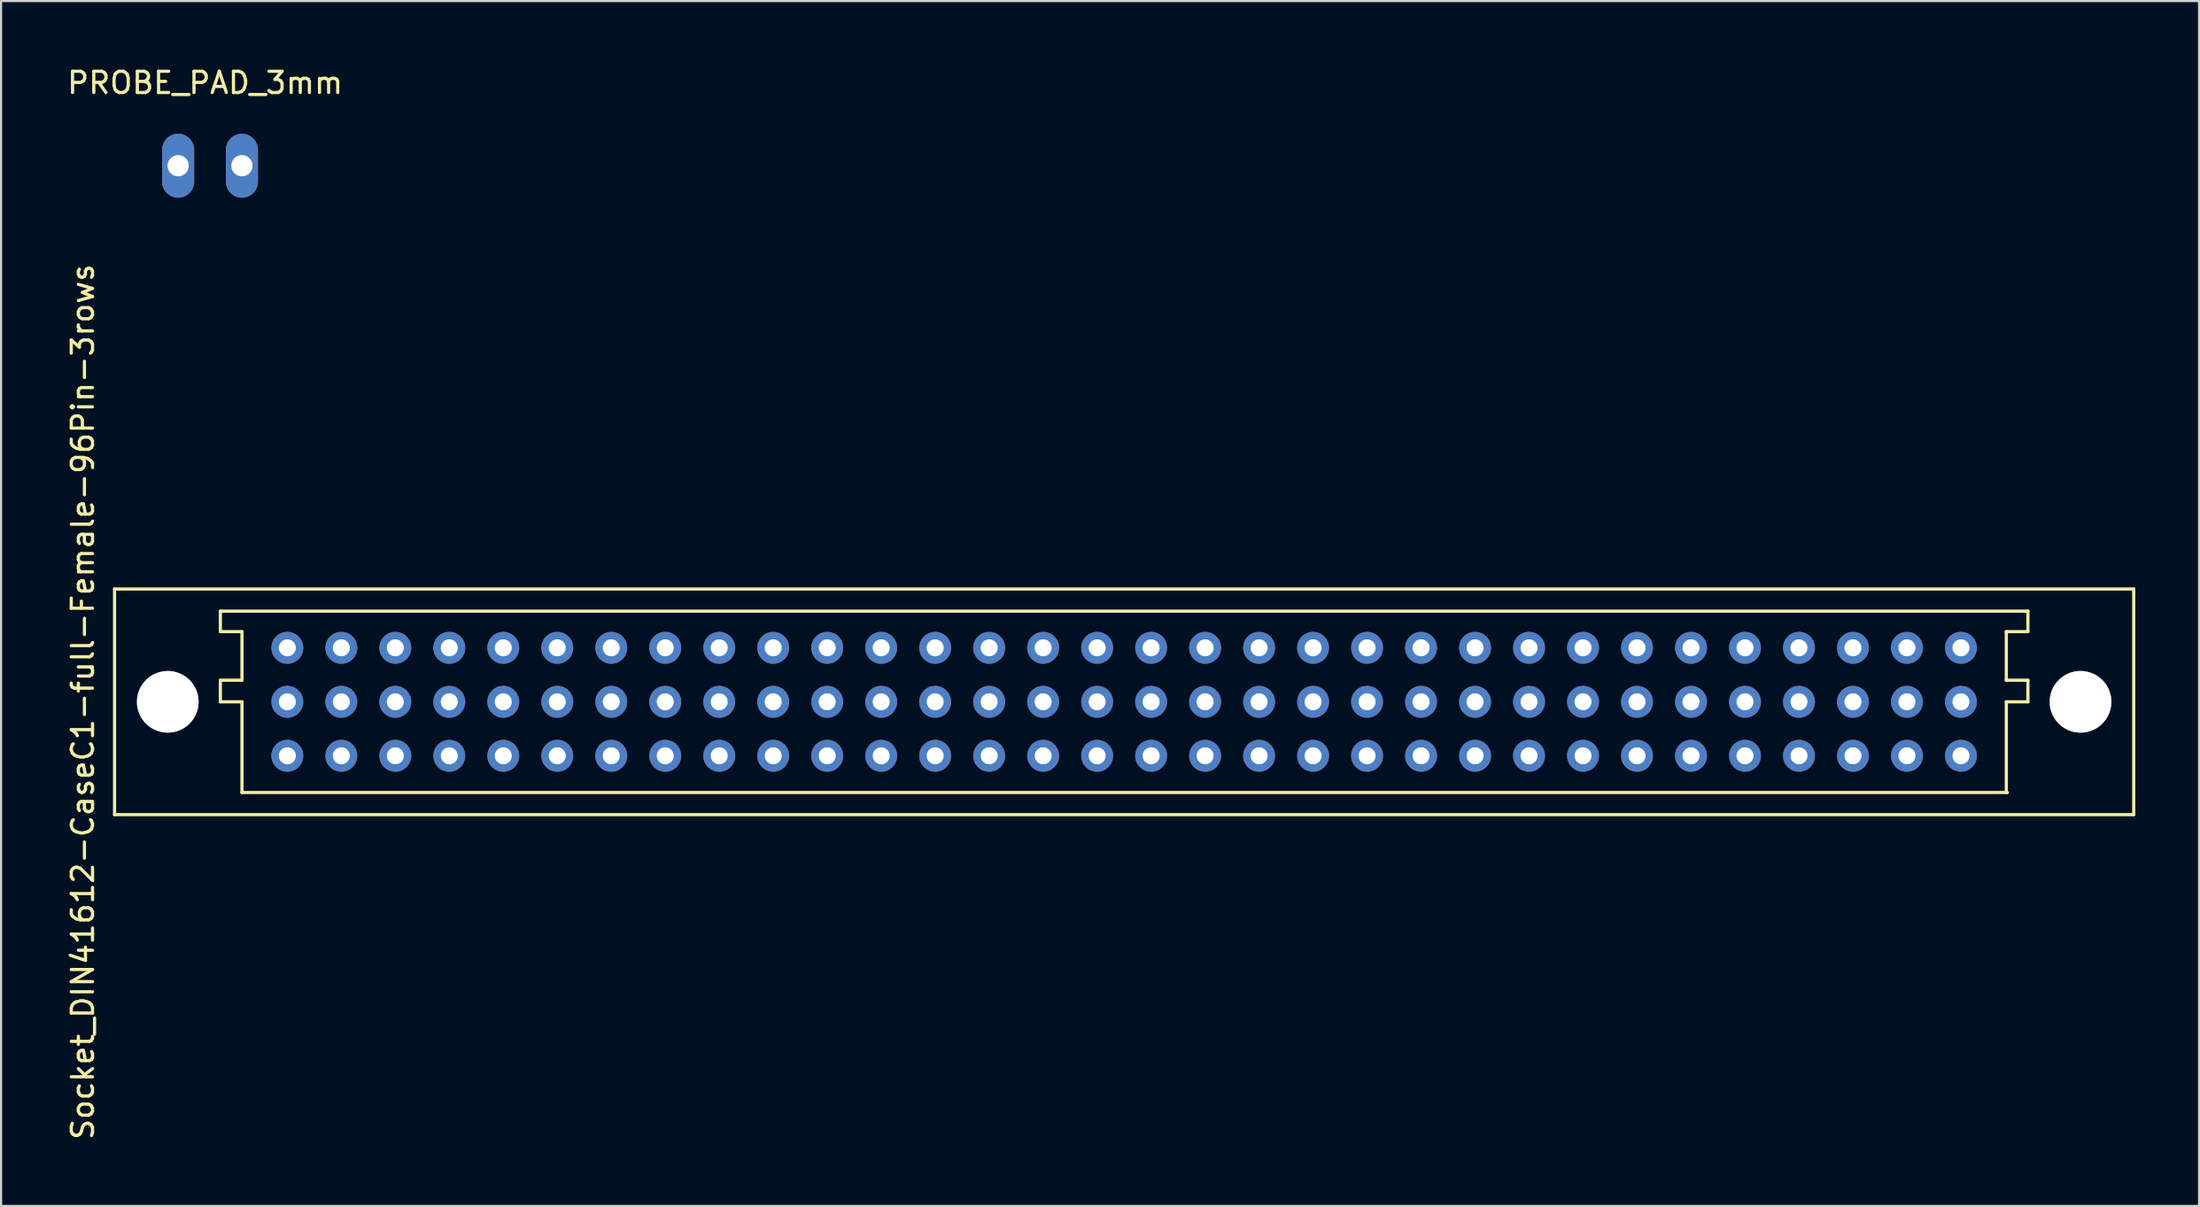
<source format=kicad_pcb>
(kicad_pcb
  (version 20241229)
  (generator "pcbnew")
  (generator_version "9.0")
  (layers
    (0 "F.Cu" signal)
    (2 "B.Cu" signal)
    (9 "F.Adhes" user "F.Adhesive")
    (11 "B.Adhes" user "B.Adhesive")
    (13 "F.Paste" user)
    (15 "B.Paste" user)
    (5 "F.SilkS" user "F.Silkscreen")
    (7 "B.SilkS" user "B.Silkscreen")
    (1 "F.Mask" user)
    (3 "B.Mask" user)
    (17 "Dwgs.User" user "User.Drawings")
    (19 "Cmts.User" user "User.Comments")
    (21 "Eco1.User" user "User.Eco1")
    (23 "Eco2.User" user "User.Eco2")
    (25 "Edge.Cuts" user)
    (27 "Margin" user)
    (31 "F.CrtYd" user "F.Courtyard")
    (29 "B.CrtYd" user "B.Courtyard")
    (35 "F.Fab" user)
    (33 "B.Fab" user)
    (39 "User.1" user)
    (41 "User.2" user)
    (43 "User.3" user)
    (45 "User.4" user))
  (footprint "Socket_DIN41612-CaseC1-full-Female-96Pin-3rows"
    (layer "F.Cu")
    (at 49.838 29.973)
    (property "Reference" "Socket_DIN41612-CaseC1-full-Female-96Pin-3rows" (at -48.99 0 90) (layer "F.SilkS") (effects (font (size 1 1) (thickness 0.15))))
    (attr through_hole)
    (fp_line (start -47.498 -5.309) (end -47.498 5.309) (stroke (width 0.15) (type solid)) (layer "F.SilkS"))
    (fp_line (start -47.498 5.309) (end 47.498 5.309) (stroke (width 0.15) (type solid)) (layer "F.SilkS"))
    (fp_line (start -42.52 -3.302) (end -42.52 -4.267) (stroke (width 0.15) (type solid)) (layer "F.SilkS"))
    (fp_line (start -42.52 -1.016) (end -41.504 -1.016) (stroke (width 0.15) (type solid)) (layer "F.SilkS"))
    (fp_line (start -42.52 0) (end -42.52 -1.016) (stroke (width 0.15) (type solid)) (layer "F.SilkS"))
    (fp_line (start -41.504 -3.302) (end -42.52 -3.302) (stroke (width 0.15) (type solid)) (layer "F.SilkS"))
    (fp_line (start -41.504 -1.016) (end -41.504 -3.302) (stroke (width 0.15) (type solid)) (layer "F.SilkS"))
    (fp_line (start -41.504 0) (end -42.52 0) (stroke (width 0.15) (type solid)) (layer "F.SilkS"))
    (fp_line (start -41.504 4.267) (end -41.504 0) (stroke (width 0.15) (type solid)) (layer "F.SilkS"))
    (fp_line (start -41.504 4.267) (end 41.554 4.267) (stroke (width 0.15) (type solid)) (layer "F.SilkS"))
    (fp_line (start 41.504 -3.302) (end 42.52 -3.302) (stroke (width 0.15) (type solid)) (layer "F.SilkS"))
    (fp_line (start 41.504 -1.016) (end 41.504 -3.302) (stroke (width 0.15) (type solid)) (layer "F.SilkS"))
    (fp_line (start 41.504 0) (end 42.52 0) (stroke (width 0.15) (type solid)) (layer "F.SilkS"))
    (fp_line (start 41.504 4.267) (end 41.504 0) (stroke (width 0.15) (type solid)) (layer "F.SilkS"))
    (fp_line (start 42.52 -4.267) (end -42.52 -4.267) (stroke (width 0.15) (type solid)) (layer "F.SilkS"))
    (fp_line (start 42.52 -3.302) (end 42.52 -4.267) (stroke (width 0.15) (type solid)) (layer "F.SilkS"))
    (fp_line (start 42.52 -1.016) (end 41.504 -1.016) (stroke (width 0.15) (type solid)) (layer "F.SilkS"))
    (fp_line (start 42.52 0) (end 42.52 -1.016) (stroke (width 0.15) (type solid)) (layer "F.SilkS"))
    (fp_line (start 47.498 -5.309) (end -47.498 -5.309) (stroke (width 0.15) (type solid)) (layer "F.SilkS"))
    (fp_line (start 47.498 5.309) (end 47.498 -5.309) (stroke (width 0.15) (type solid)) (layer "F.SilkS"))
    (pad "1" thru_hole circle (at -44.996 0) (size 2.901 2.901) (drill 2.901) (layers "*.Cu" "*.Mask"))
    (pad "1" thru_hole circle (at 44.996 0) (size 2.901 2.901) (drill 2.901) (layers "*.Cu" "*.Mask"))
    (pad "1a" thru_hole circle (at 39.37 -2.54 180) (size 1.501 1.501) (drill 0.8) (layers "*.Cu" "*.Mask"))
    (pad "1b" thru_hole circle (at 39.37 0 180) (size 1.501 1.501) (drill 0.8) (layers "*.Cu" "*.Mask"))
    (pad "1c" thru_hole circle (at 39.37 2.54 180) (size 1.501 1.501) (drill 0.8) (layers "*.Cu" "*.Mask"))
    (pad "2a" thru_hole circle (at 36.83 -2.54 180) (size 1.501 1.501) (drill 0.8) (layers "*.Cu" "*.Mask"))
    (pad "2b" thru_hole circle (at 36.83 0 180) (size 1.501 1.501) (drill 0.8) (layers "*.Cu" "*.Mask"))
    (pad "2c" thru_hole circle (at 36.83 2.54 180) (size 1.501 1.501) (drill 0.8) (layers "*.Cu" "*.Mask"))
    (pad "3a" thru_hole circle (at 34.29 -2.54 180) (size 1.501 1.501) (drill 0.8) (layers "*.Cu" "*.Mask"))
    (pad "3b" thru_hole circle (at 34.29 0 180) (size 1.501 1.501) (drill 0.8) (layers "*.Cu" "*.Mask"))
    (pad "3c" thru_hole circle (at 34.29 2.54 180) (size 1.501 1.501) (drill 0.8) (layers "*.Cu" "*.Mask"))
    (pad "4a" thru_hole circle (at 31.75 -2.54 180) (size 1.501 1.501) (drill 0.8) (layers "*.Cu" "*.Mask"))
    (pad "4b" thru_hole circle (at 31.75 0 180) (size 1.501 1.501) (drill 0.8) (layers "*.Cu" "*.Mask"))
    (pad "4c" thru_hole circle (at 31.75 2.54 180) (size 1.501 1.501) (drill 0.8) (layers "*.Cu" "*.Mask"))
    (pad "5a" thru_hole circle (at 29.21 -2.54 180) (size 1.501 1.501) (drill 0.8) (layers "*.Cu" "*.Mask"))
    (pad "5b" thru_hole circle (at 29.21 0 180) (size 1.501 1.501) (drill 0.8) (layers "*.Cu" "*.Mask"))
    (pad "5c" thru_hole circle (at 29.21 2.54 180) (size 1.501 1.501) (drill 0.8) (layers "*.Cu" "*.Mask"))
    (pad "6a" thru_hole circle (at 26.67 -2.54 180) (size 1.501 1.501) (drill 0.8) (layers "*.Cu" "*.Mask"))
    (pad "6b" thru_hole circle (at 26.67 0 180) (size 1.501 1.501) (drill 0.8) (layers "*.Cu" "*.Mask"))
    (pad "6c" thru_hole circle (at 26.67 2.54 180) (size 1.501 1.501) (drill 0.8) (layers "*.Cu" "*.Mask"))
    (pad "7a" thru_hole circle (at 24.13 -2.54 180) (size 1.501 1.501) (drill 0.8) (layers "*.Cu" "*.Mask"))
    (pad "7b" thru_hole circle (at 24.13 0 180) (size 1.501 1.501) (drill 0.8) (layers "*.Cu" "*.Mask"))
    (pad "7c" thru_hole circle (at 24.13 2.54 180) (size 1.501 1.501) (drill 0.8) (layers "*.Cu" "*.Mask"))
    (pad "8a" thru_hole circle (at 21.59 -2.54 180) (size 1.501 1.501) (drill 0.8) (layers "*.Cu" "*.Mask"))
    (pad "8b" thru_hole circle (at 21.59 0 180) (size 1.501 1.501) (drill 0.8) (layers "*.Cu" "*.Mask"))
    (pad "8c" thru_hole circle (at 21.59 2.54 180) (size 1.501 1.501) (drill 0.8) (layers "*.Cu" "*.Mask"))
    (pad "9a" thru_hole circle (at 19.05 -2.54 180) (size 1.501 1.501) (drill 0.8) (layers "*.Cu" "*.Mask"))
    (pad "9b" thru_hole circle (at 19.05 0 180) (size 1.501 1.501) (drill 0.8) (layers "*.Cu" "*.Mask"))
    (pad "9c" thru_hole circle (at 19.05 2.54 180) (size 1.501 1.501) (drill 0.8) (layers "*.Cu" "*.Mask"))
    (pad "10a" thru_hole circle (at 16.51 -2.54 180) (size 1.501 1.501) (drill 0.8) (layers "*.Cu" "*.Mask"))
    (pad "10b" thru_hole circle (at 16.51 0 180) (size 1.501 1.501) (drill 0.8) (layers "*.Cu" "*.Mask"))
    (pad "10c" thru_hole circle (at 16.51 2.54 180) (size 1.501 1.501) (drill 0.8) (layers "*.Cu" "*.Mask"))
    (pad "11a" thru_hole circle (at 13.97 -2.54 180) (size 1.501 1.501) (drill 0.8) (layers "*.Cu" "*.Mask"))
    (pad "11b" thru_hole circle (at 13.97 0 180) (size 1.501 1.501) (drill 0.8) (layers "*.Cu" "*.Mask"))
    (pad "11c" thru_hole circle (at 13.97 2.54 180) (size 1.501 1.501) (drill 0.8) (layers "*.Cu" "*.Mask"))
    (pad "12a" thru_hole circle (at 11.43 -2.54 180) (size 1.501 1.501) (drill 0.8) (layers "*.Cu" "*.Mask"))
    (pad "12b" thru_hole circle (at 11.43 0 180) (size 1.501 1.501) (drill 0.8) (layers "*.Cu" "*.Mask"))
    (pad "12c" thru_hole circle (at 11.43 2.54 180) (size 1.501 1.501) (drill 0.8) (layers "*.Cu" "*.Mask"))
    (pad "13a" thru_hole circle (at 8.89 -2.54 180) (size 1.501 1.501) (drill 0.8) (layers "*.Cu" "*.Mask"))
    (pad "13b" thru_hole circle (at 8.89 0 180) (size 1.501 1.501) (drill 0.8) (layers "*.Cu" "*.Mask"))
    (pad "13c" thru_hole circle (at 8.89 2.54 180) (size 1.501 1.501) (drill 0.8) (layers "*.Cu" "*.Mask"))
    (pad "14a" thru_hole circle (at 6.35 -2.54 180) (size 1.501 1.501) (drill 0.8) (layers "*.Cu" "*.Mask"))
    (pad "14b" thru_hole circle (at 6.35 0 180) (size 1.501 1.501) (drill 0.8) (layers "*.Cu" "*.Mask"))
    (pad "14c" thru_hole circle (at 6.35 2.54 180) (size 1.501 1.501) (drill 0.8) (layers "*.Cu" "*.Mask"))
    (pad "15a" thru_hole circle (at 3.81 -2.54 180) (size 1.501 1.501) (drill 0.8) (layers "*.Cu" "*.Mask"))
    (pad "15b" thru_hole circle (at 3.81 0 180) (size 1.501 1.501) (drill 0.8) (layers "*.Cu" "*.Mask"))
    (pad "15c" thru_hole circle (at 3.81 2.54 180) (size 1.501 1.501) (drill 0.8) (layers "*.Cu" "*.Mask"))
    (pad "16a" thru_hole circle (at 1.27 -2.54 180) (size 1.501 1.501) (drill 0.8) (layers "*.Cu" "*.Mask"))
    (pad "16b" thru_hole circle (at 1.27 0 180) (size 1.501 1.501) (drill 0.8) (layers "*.Cu" "*.Mask"))
    (pad "16c" thru_hole circle (at 1.27 2.54 180) (size 1.501 1.501) (drill 0.8) (layers "*.Cu" "*.Mask"))
    (pad "17a" thru_hole circle (at -1.27 -2.54 180) (size 1.501 1.501) (drill 0.8) (layers "*.Cu" "*.Mask"))
    (pad "17b" thru_hole circle (at -1.27 0 180) (size 1.501 1.501) (drill 0.8) (layers "*.Cu" "*.Mask"))
    (pad "17c" thru_hole circle (at -1.27 2.54 180) (size 1.501 1.501) (drill 0.8) (layers "*.Cu" "*.Mask"))
    (pad "18a" thru_hole circle (at -3.81 -2.54 180) (size 1.501 1.501) (drill 0.8) (layers "*.Cu" "*.Mask"))
    (pad "18b" thru_hole circle (at -3.81 0 180) (size 1.501 1.501) (drill 0.8) (layers "*.Cu" "*.Mask"))
    (pad "18c" thru_hole circle (at -3.81 2.54 180) (size 1.501 1.501) (drill 0.8) (layers "*.Cu" "*.Mask"))
    (pad "19a" thru_hole circle (at -6.35 -2.54 180) (size 1.501 1.501) (drill 0.8) (layers "*.Cu" "*.Mask"))
    (pad "19b" thru_hole circle (at -6.35 0 180) (size 1.501 1.501) (drill 0.8) (layers "*.Cu" "*.Mask"))
    (pad "19c" thru_hole circle (at -6.35 2.54 180) (size 1.501 1.501) (drill 0.8) (layers "*.Cu" "*.Mask"))
    (pad "20a" thru_hole circle (at -8.89 -2.54 180) (size 1.501 1.501) (drill 0.8) (layers "*.Cu" "*.Mask"))
    (pad "20b" thru_hole circle (at -8.89 0 180) (size 1.501 1.501) (drill 0.8) (layers "*.Cu" "*.Mask"))
    (pad "20c" thru_hole circle (at -8.89 2.54 180) (size 1.501 1.501) (drill 0.8) (layers "*.Cu" "*.Mask"))
    (pad "21a" thru_hole circle (at -11.43 -2.54 180) (size 1.501 1.501) (drill 0.8) (layers "*.Cu" "*.Mask"))
    (pad "21b" thru_hole circle (at -11.43 0 180) (size 1.501 1.501) (drill 0.8) (layers "*.Cu" "*.Mask"))
    (pad "21c" thru_hole circle (at -11.43 2.54 180) (size 1.501 1.501) (drill 0.8) (layers "*.Cu" "*.Mask"))
    (pad "22a" thru_hole circle (at -13.97 -2.54 180) (size 1.501 1.501) (drill 0.8) (layers "*.Cu" "*.Mask"))
    (pad "22b" thru_hole circle (at -13.97 0 180) (size 1.501 1.501) (drill 0.8) (layers "*.Cu" "*.Mask"))
    (pad "22c" thru_hole circle (at -13.97 2.54 180) (size 1.501 1.501) (drill 0.8) (layers "*.Cu" "*.Mask"))
    (pad "23a" thru_hole circle (at -16.51 -2.54 180) (size 1.501 1.501) (drill 0.8) (layers "*.Cu" "*.Mask"))
    (pad "23b" thru_hole circle (at -16.51 0 180) (size 1.501 1.501) (drill 0.8) (layers "*.Cu" "*.Mask"))
    (pad "23c" thru_hole circle (at -16.51 2.54 180) (size 1.501 1.501) (drill 0.8) (layers "*.Cu" "*.Mask"))
    (pad "24a" thru_hole circle (at -19.05 -2.54 180) (size 1.501 1.501) (drill 0.8) (layers "*.Cu" "*.Mask"))
    (pad "24b" thru_hole circle (at -19.05 0 180) (size 1.501 1.501) (drill 0.8) (layers "*.Cu" "*.Mask"))
    (pad "24c" thru_hole circle (at -19.05 2.54 180) (size 1.501 1.501) (drill 0.8) (layers "*.Cu" "*.Mask"))
    (pad "25a" thru_hole circle (at -21.59 -2.54 180) (size 1.501 1.501) (drill 0.8) (layers "*.Cu" "*.Mask"))
    (pad "25b" thru_hole circle (at -21.59 0 180) (size 1.501 1.501) (drill 0.8) (layers "*.Cu" "*.Mask"))
    (pad "25c" thru_hole circle (at -21.59 2.54 180) (size 1.501 1.501) (drill 0.8) (layers "*.Cu" "*.Mask"))
    (pad "26a" thru_hole circle (at -24.13 -2.54 180) (size 1.501 1.501) (drill 0.8) (layers "*.Cu" "*.Mask"))
    (pad "26b" thru_hole circle (at -24.13 0 180) (size 1.501 1.501) (drill 0.8) (layers "*.Cu" "*.Mask"))
    (pad "26c" thru_hole circle (at -24.13 2.54 180) (size 1.501 1.501) (drill 0.8) (layers "*.Cu" "*.Mask"))
    (pad "27a" thru_hole circle (at -26.67 -2.54 180) (size 1.501 1.501) (drill 0.8) (layers "*.Cu" "*.Mask"))
    (pad "27b" thru_hole circle (at -26.67 0 180) (size 1.501 1.501) (drill 0.8) (layers "*.Cu" "*.Mask"))
    (pad "27c" thru_hole circle (at -26.67 2.54 180) (size 1.501 1.501) (drill 0.8) (layers "*.Cu" "*.Mask"))
    (pad "28a" thru_hole circle (at -29.21 -2.54 180) (size 1.501 1.501) (drill 0.8) (layers "*.Cu" "*.Mask"))
    (pad "28b" thru_hole circle (at -29.21 0 180) (size 1.501 1.501) (drill 0.8) (layers "*.Cu" "*.Mask"))
    (pad "28c" thru_hole circle (at -29.21 2.54 180) (size 1.501 1.501) (drill 0.8) (layers "*.Cu" "*.Mask"))
    (pad "29a" thru_hole circle (at -31.75 -2.54 180) (size 1.501 1.501) (drill 0.8) (layers "*.Cu" "*.Mask"))
    (pad "29b" thru_hole circle (at -31.75 0 180) (size 1.501 1.501) (drill 0.8) (layers "*.Cu" "*.Mask"))
    (pad "29c" thru_hole circle (at -31.75 2.54 180) (size 1.501 1.501) (drill 0.8) (layers "*.Cu" "*.Mask"))
    (pad "30a" thru_hole circle (at -34.29 -2.54 180) (size 1.501 1.501) (drill 0.8) (layers "*.Cu" "*.Mask"))
    (pad "30b" thru_hole circle (at -34.29 0 180) (size 1.501 1.501) (drill 0.8) (layers "*.Cu" "*.Mask"))
    (pad "30c" thru_hole circle (at -34.29 2.54 180) (size 1.501 1.501) (drill 0.8) (layers "*.Cu" "*.Mask"))
    (pad "31a" thru_hole circle (at -36.83 -2.54 180) (size 1.501 1.501) (drill 0.8) (layers "*.Cu" "*.Mask"))
    (pad "31b" thru_hole circle (at -36.83 0 180) (size 1.501 1.501) (drill 0.8) (layers "*.Cu" "*.Mask"))
    (pad "31c" thru_hole circle (at -36.83 2.54 180) (size 1.501 1.501) (drill 0.8) (layers "*.Cu" "*.Mask"))
    (pad "32a" thru_hole circle (at -39.37 -2.54 180) (size 1.501 1.501) (drill 0.8) (layers "*.Cu" "*.Mask"))
    (pad "32b" thru_hole circle (at -39.37 0 180) (size 1.501 1.501) (drill 0.8) (layers "*.Cu" "*.Mask"))
    (pad "32c" thru_hole circle (at -39.37 2.54 180) (size 1.501 1.501) (drill 0.8) (layers "*.Cu" "*.Mask")))
  (footprint "PROBE_PAD_3mm"
    (layer "F.Cu")
    (at 5.331 4.748)
    (property "Reference" "PROBE_PAD_3mm" (at 1.27 -3.9 0) (layer "F.SilkS") (effects (font (size 1 1) (thickness 0.15))))
    (attr through_hole)
    (pad "1" thru_hole oval (at 0 0) (size 1.51 3.01) (drill 1) (layers "*.Cu" "*.Mask"))
    (pad "2" thru_hole oval (at 3 0) (size 1.51 3.01) (drill 1) (layers "*.Cu" "*.Mask")))
  (gr_rect
    (start -3 -3)
    (end 100.411 53.694)
    (stroke (width 0.1) (type default))
    (fill no)
    (layer "Edge.Cuts")))
</source>
